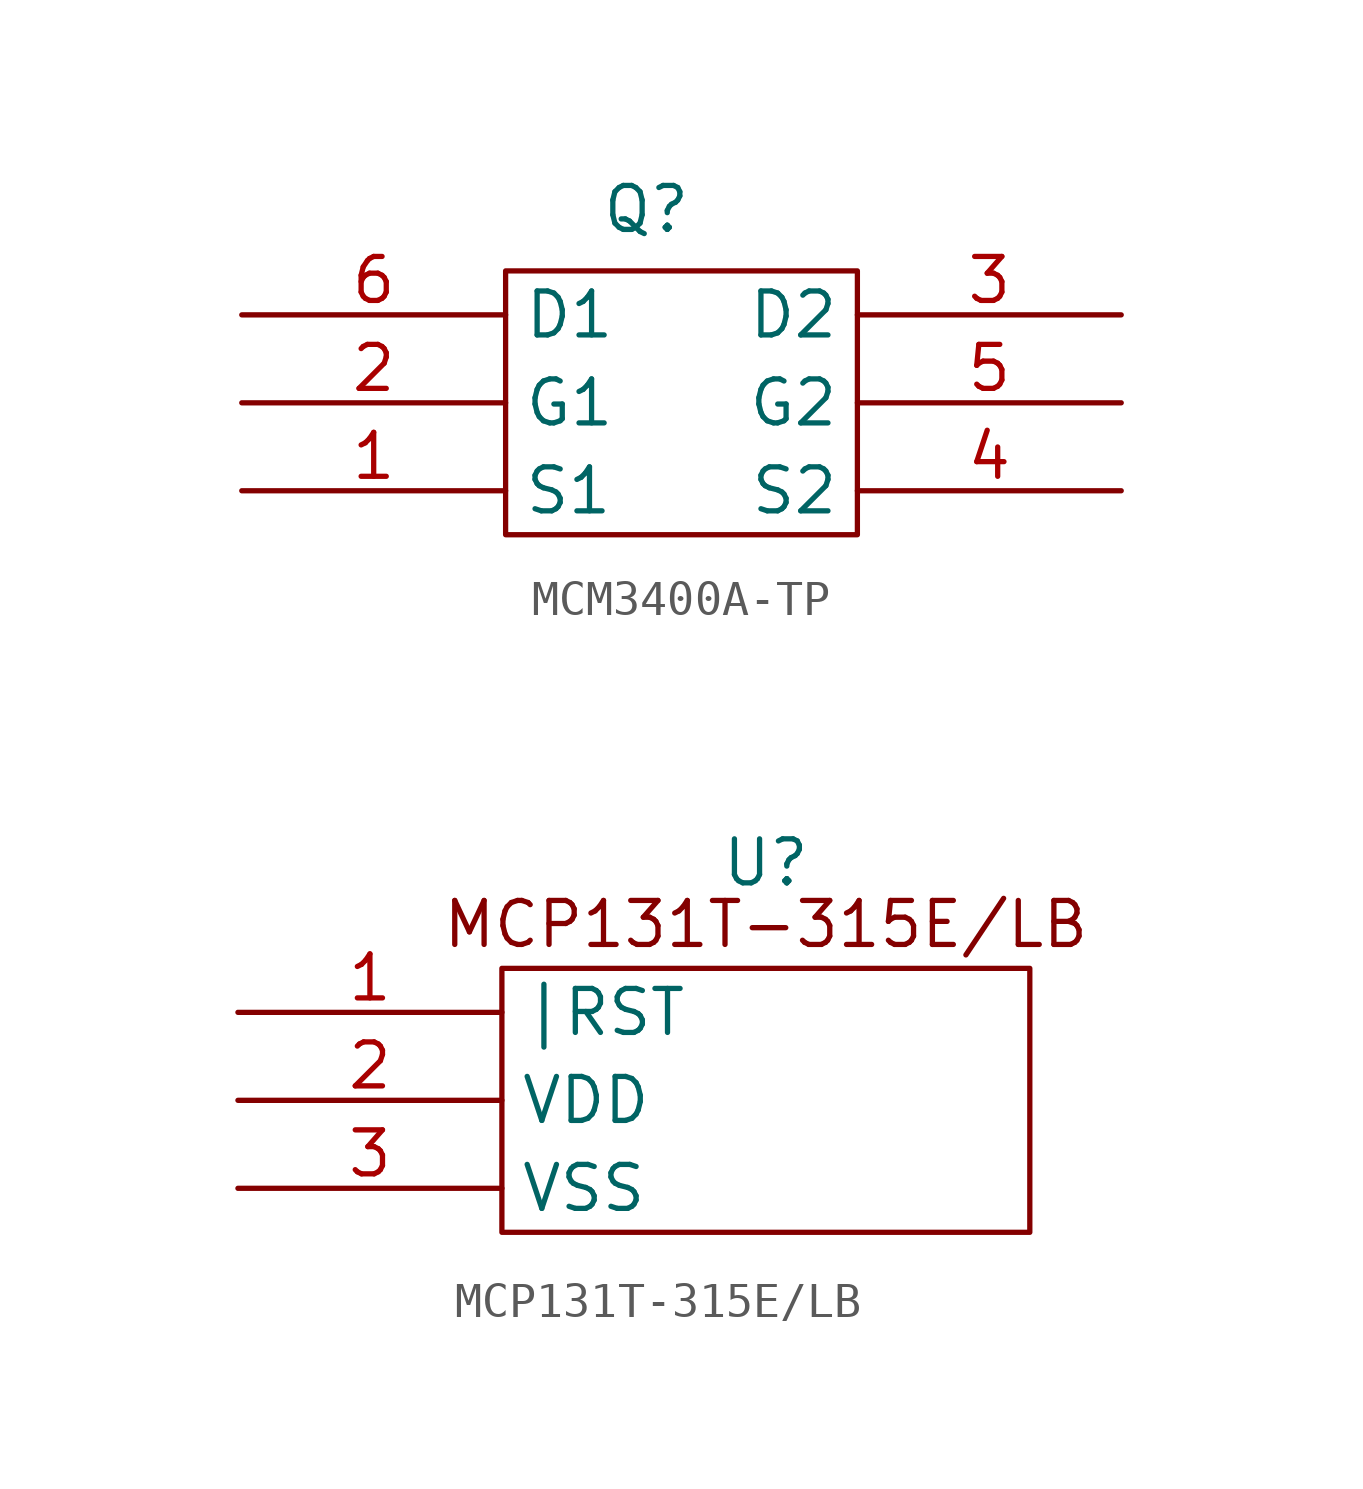
<source format=kicad_sym>
(kicad_symbol_lib
  (version 20241209)
  (generator "kicad_symbol_editor")
  (generator_version "9.0")
  (symbol "MCM3400A-TP"
    (property "Reference" "Q"
      (at -1.016 5.588 0)
      (effects (font (size 1.27 1.27))))
    (property "Value" ""
      (at 0 0 0)
      (effects (font (size 1.27 1.27))))
    (symbol "MCM3400A-TP_0_1"
      (rectangle (start -5.08 3.81) (end 5.08 -3.81) (stroke (width 0) (type default)) (fill (type none))))
    (symbol "MCM3400A-TP_1_1"
      (pin unspecified line (at -12.7 2.54 0) (length 7.62) (name "D1" (effects (font (size 1.27 1.27)))) (number "6" (effects (font (size 1.27 1.27)))))
      (pin unspecified line (at -12.7 0 0) (length 7.62) (name "G1" (effects (font (size 1.27 1.27)))) (number "2" (effects (font (size 1.27 1.27)))))
      (pin unspecified line (at -12.7 -2.54 0) (length 7.62) (name "S1" (effects (font (size 1.27 1.27)))) (number "1" (effects (font (size 1.27 1.27)))))
      (pin unspecified line (at 12.7 2.54 180) (length 7.62) (name "D2" (effects (font (size 1.27 1.27)))) (number "3" (effects (font (size 1.27 1.27)))))
      (pin unspecified line (at 12.7 0 180) (length 7.62) (name "G2" (effects (font (size 1.27 1.27)))) (number "5" (effects (font (size 1.27 1.27)))))
      (pin unspecified line (at 12.7 -2.54 180) (length 7.62) (name "S2" (effects (font (size 1.27 1.27)))) (number "4" (effects (font (size 1.27 1.27)))))))
  (symbol "MCP131T-315E/LB"
    (property "Reference" "U"
      (at 0 1.778 0)
      (effects (font (size 1.27 1.27))))
    (property "Value" ""
      (at 0 0 0)
      (effects (font (size 1.27 1.27))))
    (symbol "MCP131T-315E/LB_0_1"
      (rectangle (start -7.62 -1.27) (end 7.62 -8.89) (stroke (width 0) (type default)) (fill (type none))))
    (symbol "MCP131T-315E/LB_1_1"
      (text "MCP131T-315E/LB" (at 0 0 0) (effects (font (size 1.27 1.27))))
      (pin output line (at -15.24 -2.54 0) (length 7.62) (name "|RST" (effects (font (size 1.27 1.27)))) (number "1" (effects (font (size 1.27 1.27)))))
      (pin power_in line (at -15.24 -5.08 0) (length 7.62) (name "VDD" (effects (font (size 1.27 1.27)))) (number "2" (effects (font (size 1.27 1.27)))))
      (pin power_in line (at -15.24 -7.62 0) (length 7.62) (name "VSS" (effects (font (size 1.27 1.27)))) (number "3" (effects (font (size 1.27 1.27))))))))
</source>
